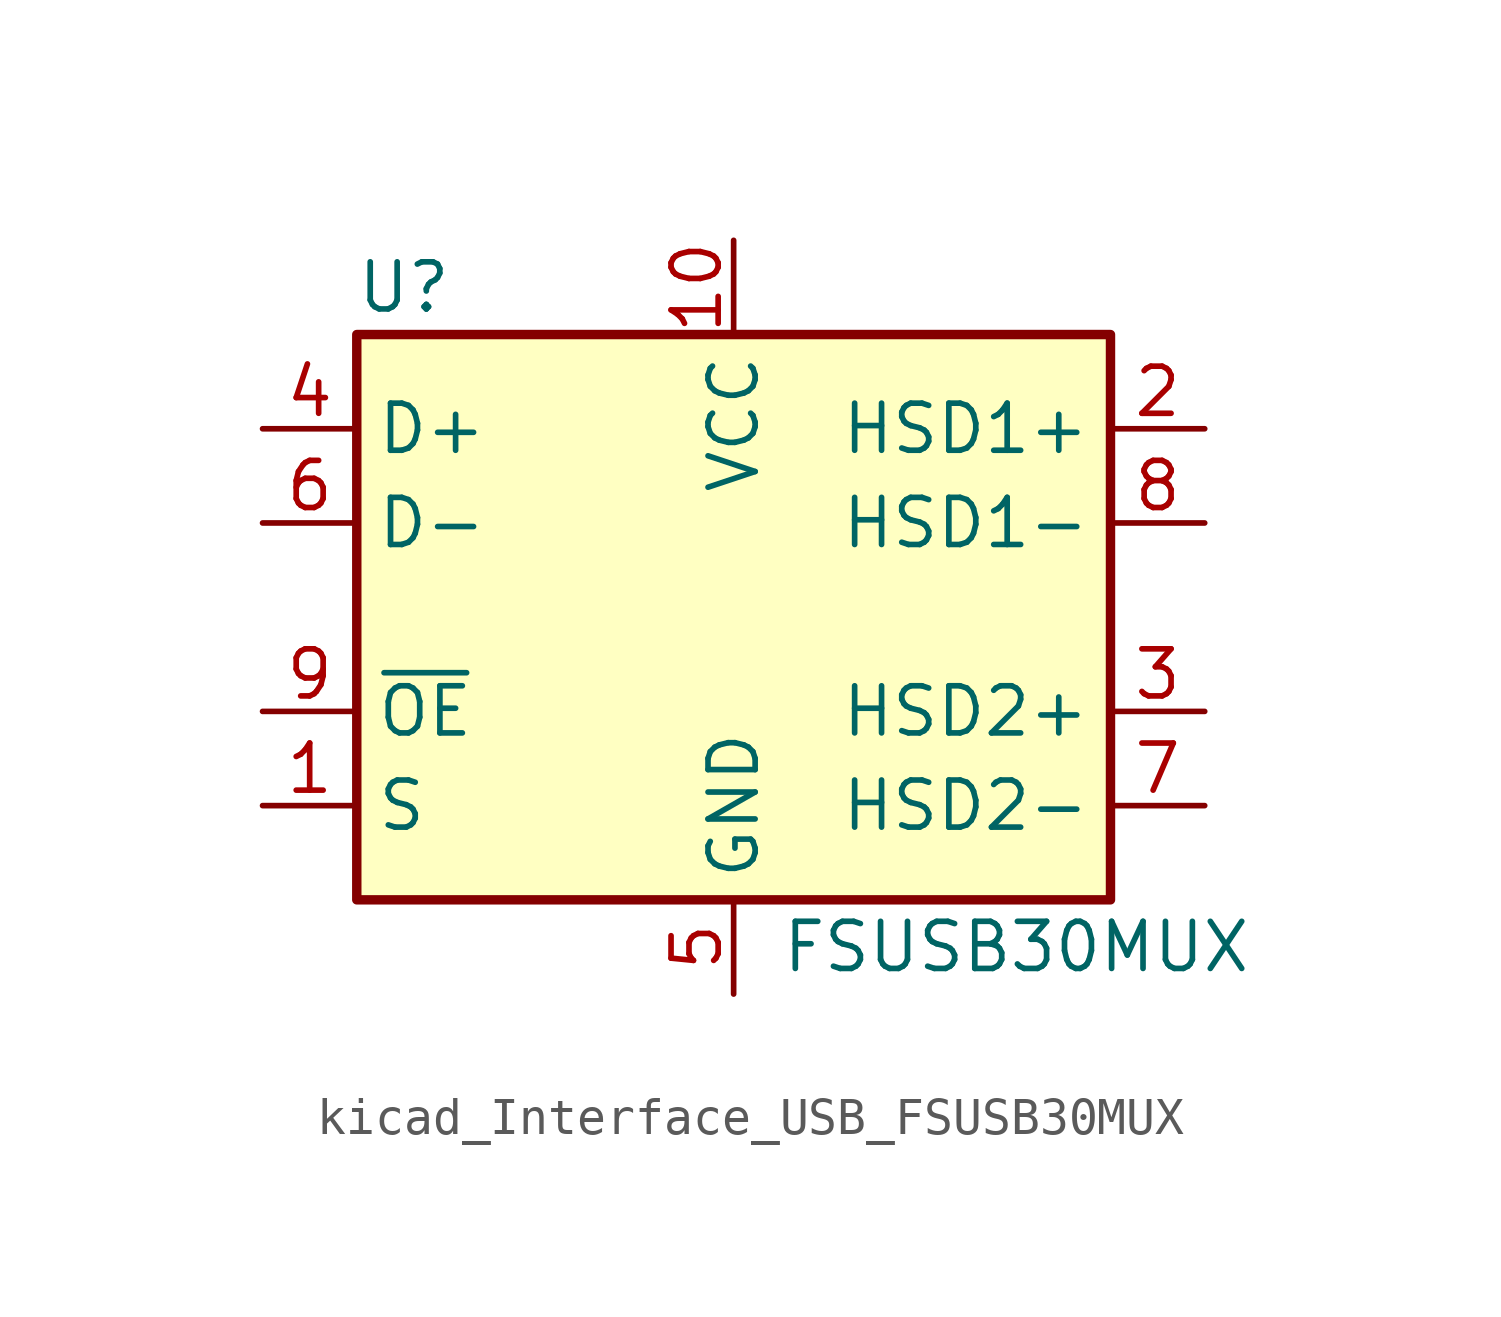
<source format=kicad_sym>
(kicad_symbol_lib
  (version 20220914)
  (generator kicad_symbol_editor)
  (symbol "kicad_Interface_USB_FSUSB30MUX"
    (property "Reference" "U"
      (at -8.89 8.89 0)
      (effects (font (size 1.27 1.27))))
    (property "Value" "FSUSB30MUX"
      (at 7.62 -8.89 0)
      (effects (font (size 1.27 1.27))))
    (symbol "kicad_Interface_USB_FSUSB30MUX_0_1"
      (rectangle (start -10.16 7.62) (end 10.16 -7.62) (stroke (width 0.254) (type default)) (fill (type background))))
    (symbol "kicad_Interface_USB_FSUSB30MUX_1_1"
      (pin input line (at -12.7 -5.08 0) (length 2.54) (name "S" (effects (font (size 1.27 1.27)))) (number "1" (effects (font (size 1.27 1.27)))))
      (pin power_in line (at 0 10.16 270) (length 2.54) (name "VCC" (effects (font (size 1.27 1.27)))) (number "10" (effects (font (size 1.27 1.27)))))
      (pin bidirectional line (at 12.7 5.08 180) (length 2.54) (name "HSD1+" (effects (font (size 1.27 1.27)))) (number "2" (effects (font (size 1.27 1.27)))))
      (pin bidirectional line (at 12.7 -2.54 180) (length 2.54) (name "HSD2+" (effects (font (size 1.27 1.27)))) (number "3" (effects (font (size 1.27 1.27)))))
      (pin bidirectional line (at -12.7 5.08 0) (length 2.54) (name "D+" (effects (font (size 1.27 1.27)))) (number "4" (effects (font (size 1.27 1.27)))))
      (pin power_in line (at 0 -10.16 90) (length 2.54) (name "GND" (effects (font (size 1.27 1.27)))) (number "5" (effects (font (size 1.27 1.27)))))
      (pin bidirectional line (at -12.7 2.54 0) (length 2.54) (name "D-" (effects (font (size 1.27 1.27)))) (number "6" (effects (font (size 1.27 1.27)))))
      (pin bidirectional line (at 12.7 -5.08 180) (length 2.54) (name "HSD2-" (effects (font (size 1.27 1.27)))) (number "7" (effects (font (size 1.27 1.27)))))
      (pin bidirectional line (at 12.7 2.54 180) (length 2.54) (name "HSD1-" (effects (font (size 1.27 1.27)))) (number "8" (effects (font (size 1.27 1.27)))))
      (pin input line (at -12.7 -2.54 0) (length 2.54) (name "~{OE}" (effects (font (size 1.27 1.27)))) (number "9" (effects (font (size 1.27 1.27))))))))
</source>
